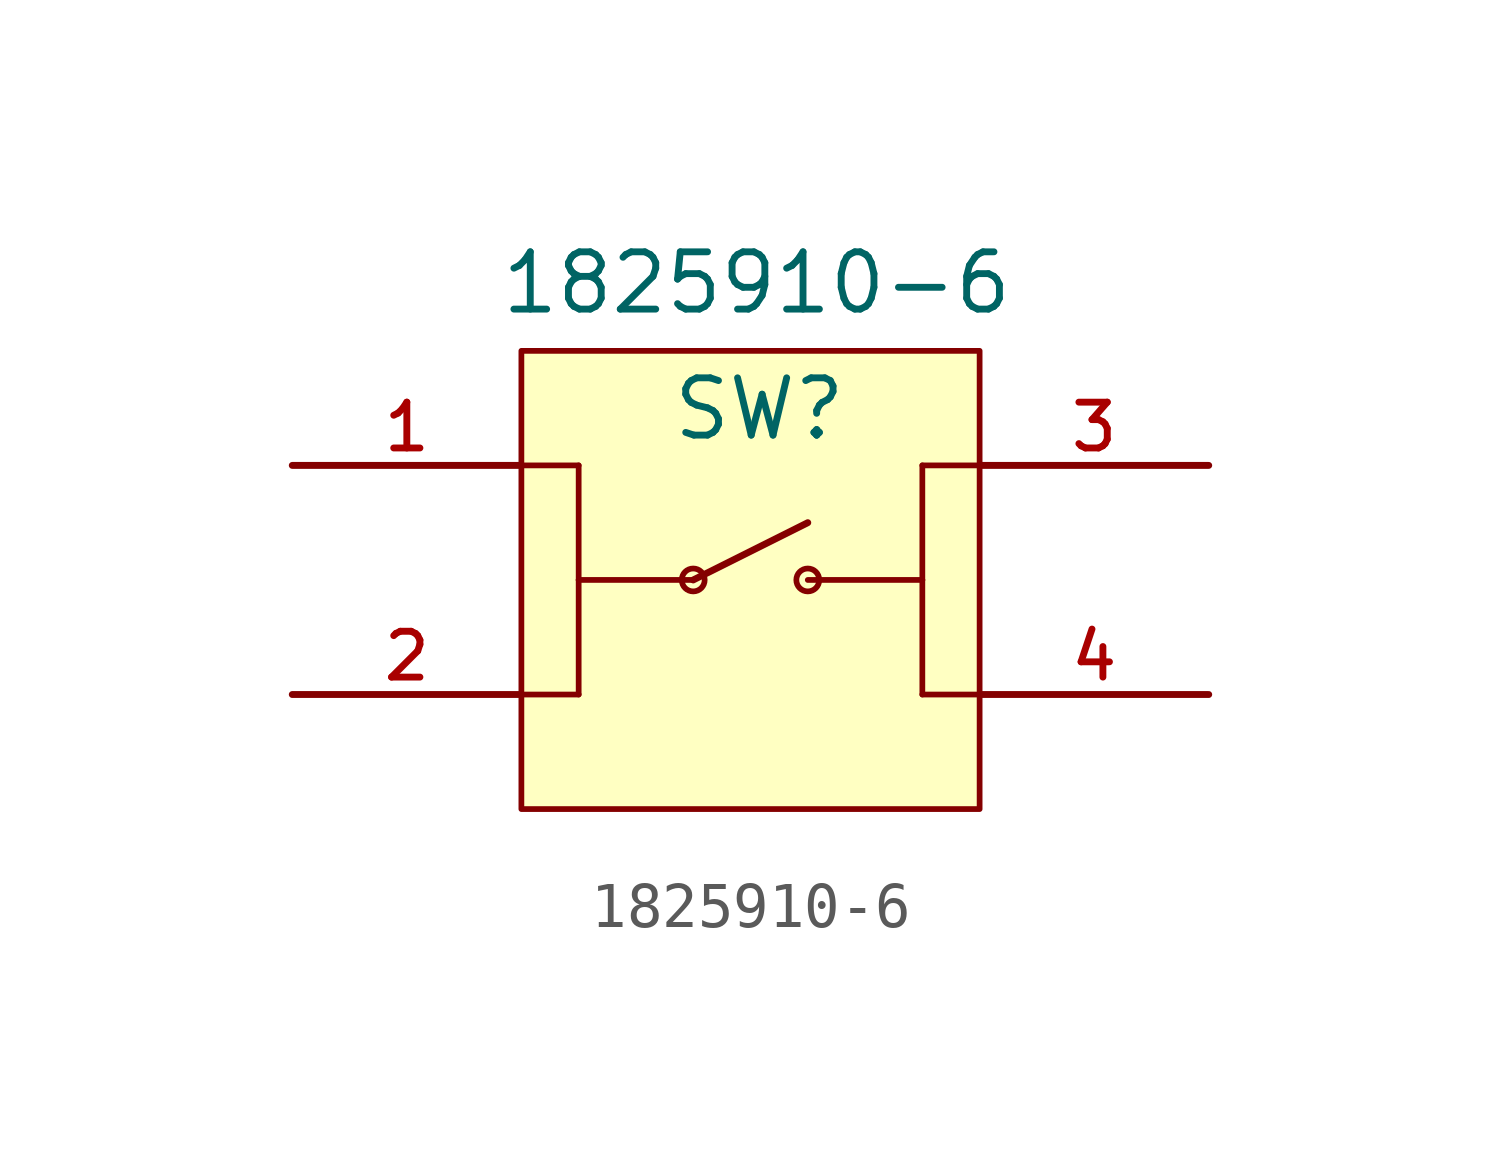
<source format=kicad_sym>
(kicad_symbol_lib
  (version 20231120)
  (generator "kicad_symbol_editor")
  (generator_version "8.0")
  (symbol "1825910-6"
    (pin_names
      (offset 1.016))
    (property "Reference" "SW"
      (at -1.778 3.048 0)
      (effects (font (size 1.27 1.27)) (justify left bottom)))
    (property "Value" "1825910-6"
      (at -5.588 5.842 0)
      (effects (font (size 1.27 1.27)) (justify left bottom)))
    (symbol "1825910-6_0_0"
      (rectangle (start -5.08 5.08) (end 5.08 -5.08) (stroke (width 0.127) (type default)) (fill (type background)))
      (circle (center -1.27 0) (radius 0.254) (stroke (width 0.127) (type default)) (fill (type none)))
      (polyline (pts (xy -5.08 2.54) (xy -3.81 2.54)) (stroke (width 0.127) (type default)) (fill (type none)))
      (polyline (pts (xy -3.81 -2.54) (xy -5.08 -2.54)) (stroke (width 0.127) (type default)) (fill (type none)))
      (polyline (pts (xy -3.81 0) (xy -3.81 -2.54)) (stroke (width 0.127) (type default)) (fill (type none)))
      (polyline (pts (xy -3.81 0) (xy -1.27 0)) (stroke (width 0.127) (type default)) (fill (type none)))
      (polyline (pts (xy -3.81 2.54) (xy -3.81 0)) (stroke (width 0.127) (type default)) (fill (type none)))
      (polyline (pts (xy 1.27 0) (xy 3.81 0)) (stroke (width 0.127) (type default)) (fill (type none)))
      (polyline (pts (xy 3.81 -2.54) (xy 5.08 -2.54)) (stroke (width 0.127) (type default)) (fill (type none)))
      (polyline (pts (xy 3.81 0) (xy 3.81 -2.54)) (stroke (width 0.127) (type default)) (fill (type none)))
      (polyline (pts (xy 3.81 0) (xy 3.81 2.54)) (stroke (width 0.127) (type default)) (fill (type none)))
      (polyline (pts (xy 3.81 2.54) (xy 5.08 2.54)) (stroke (width 0.127) (type default)) (fill (type none)))
      (circle (center 1.27 0) (radius 0.254) (stroke (width 0.127) (type default)) (fill (type none)))
      (pin passive line (at -10.16 2.54 0) (length 5.08) (name "~" (effects (font (size 1.016 1.016)))) (number "1" (effects (font (size 1.016 1.016)))))
      (pin passive line (at -10.16 -2.54 0) (length 5.08) (name "~" (effects (font (size 1.016 1.016)))) (number "2" (effects (font (size 1.016 1.016)))))
      (pin passive line (at 10.16 2.54 180) (length 5.08) (name "~" (effects (font (size 1.016 1.016)))) (number "3" (effects (font (size 1.016 1.016)))))
      (pin passive line (at 10.16 -2.54 180) (length 5.08) (name "~" (effects (font (size 1.016 1.016)))) (number "4" (effects (font (size 1.016 1.016))))))
    (symbol "1825910-6_1_0"
      (polyline (pts (xy -1.27 0) (xy 1.27 1.27)) (stroke (width 0) (type default)) (fill (type none))))))
</source>
